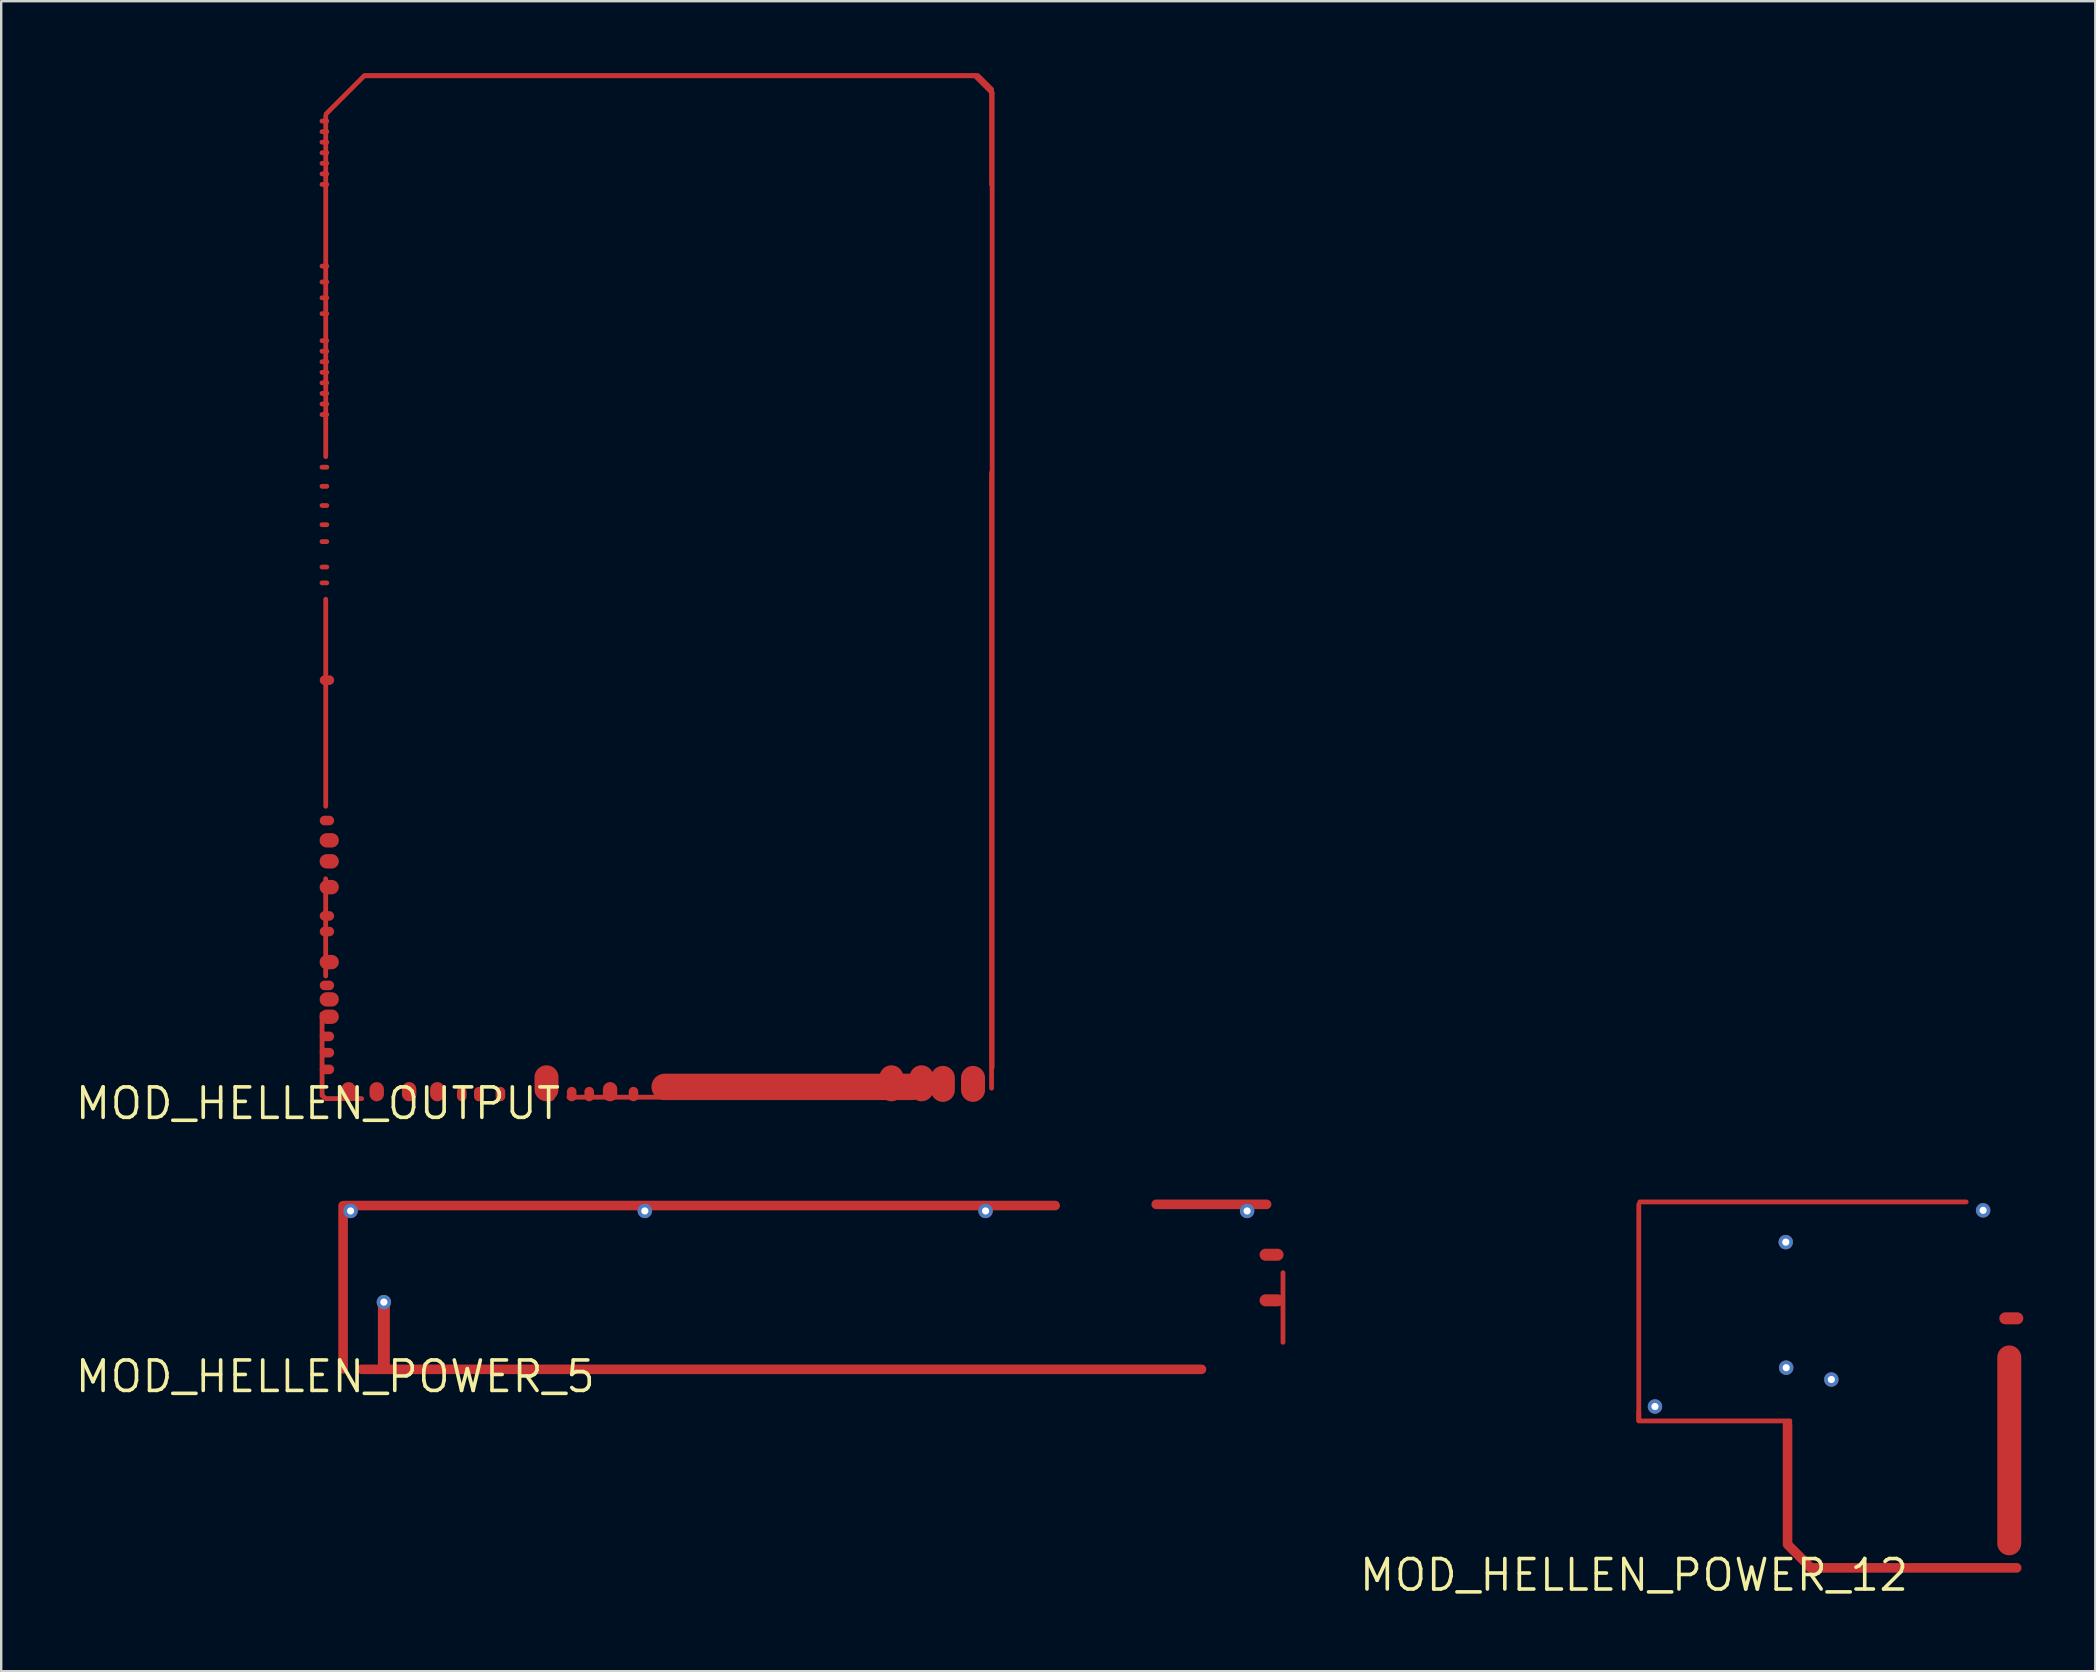
<source format=kicad_pcb>
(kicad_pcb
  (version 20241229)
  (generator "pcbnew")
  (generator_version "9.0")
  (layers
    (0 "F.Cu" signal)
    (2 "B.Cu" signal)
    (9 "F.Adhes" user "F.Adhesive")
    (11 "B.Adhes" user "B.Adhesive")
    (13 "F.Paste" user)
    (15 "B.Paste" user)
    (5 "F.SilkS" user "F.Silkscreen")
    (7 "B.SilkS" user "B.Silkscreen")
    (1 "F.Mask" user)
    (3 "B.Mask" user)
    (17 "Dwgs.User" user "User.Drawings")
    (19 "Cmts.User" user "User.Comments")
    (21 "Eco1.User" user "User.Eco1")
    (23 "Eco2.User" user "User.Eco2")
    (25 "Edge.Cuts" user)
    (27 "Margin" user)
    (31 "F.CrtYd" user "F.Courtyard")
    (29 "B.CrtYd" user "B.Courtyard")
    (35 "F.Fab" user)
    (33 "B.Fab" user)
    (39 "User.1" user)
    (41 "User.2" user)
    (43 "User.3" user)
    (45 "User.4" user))
  (footprint "MOD_HELLEN_POWER_5"
    (layer "F.Cu")
    (at 10.923 54.316)
    (property "Reference" "MOD_HELLEN_POWER_5" (at 0 0 0) (layer "F.SilkS") (effects (font (size 1.27 1.27) (thickness 0.15))))
    (attr through_hole)
    (pad "1" smd oval (at 39.495 -2.875) (size 0.2 3.1) (layers "F.Cu" "F.Mask"))
    (pad "2" smd oval (at 15.2 -7.125 90) (size 0.4 30) (layers "F.Cu" "F.Mask"))
    (pad "3" smd oval (at 39.02 -3.175) (size 1 0.5) (layers "F.Cu" "F.Mask"))
    (pad "4" smd oval (at 0.325 -3.719 180) (size 0.4 7.2) (layers "F.Cu" "F.Mask"))
    (pad "5" smd oval (at 36.513 -7.175 270) (size 0.4 5) (layers "F.Cu" "F.Mask"))
    (pad "6" thru_hole oval (at 0.637 -6.9) (size 0.6 0.6) (drill 0.3) (layers "F.Cu" "F.Mask"))
    (pad "7" thru_hole oval (at 12.9 -6.9) (size 0.6 0.6) (drill 0.3) (layers "F.Cu" "F.Mask"))
    (pad "8" thru_hole oval (at 38 -6.9) (size 0.6 0.6) (drill 0.3) (layers "F.Cu" "F.Mask"))
    (pad "9" thru_hole oval (at 27.1 -6.9) (size 0.6 0.6) (drill 0.3) (layers "F.Cu" "F.Mask"))
    (pad "10" smd oval (at 39.02 -5.075) (size 1 0.5) (layers "F.Cu" "F.Mask"))
    (pad "11" smd oval (at 18.6 -0.3 90) (size 0.4 35.4) (layers "F.Cu" "F.Mask"))
    (pad "12" smd oval (at 2.025 -1.717 180) (size 0.5 3) (layers "F.Cu" "F.Mask"))
    (pad "13" thru_hole oval (at 2.025 -3.1) (size 0.6 0.6) (drill 0.3) (layers "F.Cu" "F.Mask")))
  (footprint "MOD_HELLEN_POWER_12"
    (layer "F.Cu")
    (at 65.046 62.591)
    (property "Reference" "MOD_HELLEN_POWER_12" (at 0 0 0) (layer "F.SilkS") (effects (font (size 1.27 1.27) (thickness 0.15))))
    (attr through_hole)
    (pad "1" smd oval (at 15.725 -10.7) (size 1 0.5) (layers "F.Cu" "F.Mask"))
    (pad "2" smd oval (at 15.64 -5.197 90) (size 8.745 1) (layers "F.Cu" "F.Mask"))
    (pad "3" smd oval (at 6.9 -0.775 45) (size 0.4 1.6) (layers "F.Cu" "F.Mask"))
    (pad "4" smd oval (at 11.65 -0.3) (size 9 0.4) (layers "F.Cu" "F.Mask"))
    (pad "5" smd oval (at 6.4 -3.775 90) (size 5.4 0.4) (layers "F.Cu" "F.Mask"))
    (pad "6" smd oval (at 3.35 -6.425) (size 6.5 0.2) (layers "F.Cu" "F.Mask"))
    (pad "7" smd oval (at 0.2 -6.65) (size 0.2 0.5) (layers "F.Cu" "F.Mask"))
    (pad "8" smd oval (at 0.2 -10.944 270) (size 9.2 0.2) (layers "F.Cu" "F.Mask"))
    (pad "9" smd oval (at 7.044 -15.55) (size 13.8 0.2) (layers "F.Cu" "F.Mask"))
    (pad "10" thru_hole oval (at 14.55 -15.2) (size 0.6 0.6) (drill 0.3) (layers "F.Cu" "F.Mask"))
    (pad "11" thru_hole oval (at 6.325 -13.875) (size 0.6 0.6) (drill 0.3) (layers "F.Cu" "F.Mask"))
    (pad "12" thru_hole oval (at 6.343 -8.643) (size 0.6 0.6) (drill 0.3) (layers "F.Cu" "F.Mask"))
    (pad "13" thru_hole oval (at 8.225 -8.15) (size 0.6 0.6) (drill 0.3) (layers "F.Cu" "F.Mask"))
    (pad "14" thru_hole oval (at 0.875 -7.025) (size 0.6 0.6) (drill 0.3) (layers "F.Cu" "F.Mask")))
  (footprint "MOD_HELLEN_OUTPUT"
    (layer "F.Cu")
    (at 10.198 42.935)
    (property "Reference" "MOD_HELLEN_OUTPUT" (at 0 0 0) (layer "F.SilkS") (effects (font (size 1.27 1.27) (thickness 0.15))))
    (attr through_hole)
    (pad "1" smd oval (at 27.745 -42.47 45) (size 0.2 1.2) (layers "F.Cu" "F.Mask"))
    (pad "2" smd oval (at 28.1 -21.8) (size 0.2 40.8) (layers "F.Cu" "F.Mask"))
    (pad "3" smd oval (at 14.7 -42.825) (size 25.6 0.2) (layers "F.Cu" "F.Mask"))
    (pad "4" smd oval (at 28.077 -40.271 90) (size 4.15 0.2) (layers "F.Cu" "F.Mask"))
    (pad "5" smd oval (at 27.789 -42.551 315) (size 1 0.2) (layers "F.Cu" "F.Mask"))
    (pad "6" smd oval (at 16.025 -0.26) (size 11.325 0.2) (layers "F.Cu" "F.Mask"))
    (pad "7" smd oval (at 28.075 -13.46 90) (size 25.85 0.2) (layers "F.Cu" "F.Mask"))
    (pad "8" smd oval (at 0.325 -7.335 90) (size 4.25 0.2) (layers "F.Cu" "F.Mask"))
    (pad "9" smd oval (at 0.327 -16.697 90) (size 8.825 0.2) (layers "F.Cu" "F.Mask"))
    (pad "10" smd oval (at 0.327 -34.056 90) (size 14.4 0.2) (layers "F.Cu" "F.Mask"))
    (pad "11" smd oval (at 14.7 -42.835 180) (size 25.7 0.2) (layers "F.Cu" "F.Mask"))
    (pad "12" smd oval (at 1.135 -42.031 45) (size 2.43 0.2) (layers "F.Cu" "F.Mask"))
    (pad "13" smd oval (at 1.075 -0.2) (size 1.7 0.2) (layers "F.Cu" "F.Mask"))
    (pad "14" smd oval (at 0.175 -2.025) (size 0.2 3.6) (layers "F.Cu" "F.Mask"))
    (pad "15" smd oval (at 0.245 -0.273 45) (size 0.2 0.3) (layers "F.Cu" "F.Mask"))
    (pad "16" smd oval (at 27.302 -0.814) (size 1 1.5) (layers "F.Cu" "F.Mask"))
    (pad "17" smd oval (at 26.046 -0.814) (size 1 1.5) (layers "F.Cu" "F.Mask"))
    (pad "18" smd oval (at 19.602 -0.689) (size 11.4 1.1) (layers "F.Cu" "F.Mask"))
    (pad "19" smd oval (at 25.157 -0.839) (size 1 1.5) (layers "F.Cu" "F.Mask"))
    (pad "20" smd oval (at 23.902 -0.839) (size 1 1.5) (layers "F.Cu" "F.Mask"))
    (pad "21" smd oval (at 13.152 -0.389) (size 0.4 0.6) (layers "F.Cu" "F.Mask"))
    (pad "22" smd oval (at 12.177 -0.489) (size 0.6 0.8) (layers "F.Cu" "F.Mask"))
    (pad "23" smd oval (at 11.307 -0.389) (size 0.4 0.6) (layers "F.Cu" "F.Mask"))
    (pad "24" smd oval (at 10.577 -0.389) (size 0.4 0.6) (layers "F.Cu" "F.Mask"))
    (pad "25" smd oval (at 9.682 -0.389) (size 0.4 0.6) (layers "F.Cu" "F.Mask"))
    (pad "26" smd oval (at 9.527 -0.839) (size 1 1.5) (layers "F.Cu" "F.Mask"))
    (pad "27" smd oval (at 7.607 -0.389) (size 0.4 0.6) (layers "F.Cu" "F.Mask"))
    (pad "28" smd oval (at 6.707 -0.389) (size 0.4 0.6) (layers "F.Cu" "F.Mask"))
    (pad "29" smd oval (at 5.997 -0.389) (size 0.4 0.6) (layers "F.Cu" "F.Mask"))
    (pad "30" smd oval (at 4.977 -0.489) (size 0.6 0.8) (layers "F.Cu" "F.Mask"))
    (pad "31" smd oval (at 3.802 -0.489) (size 0.6 0.8) (layers "F.Cu" "F.Mask"))
    (pad "32" smd oval (at 2.452 -0.489) (size 0.6 0.8) (layers "F.Cu" "F.Mask"))
    (pad "33" smd oval (at 1.277 -0.489) (size 0.6 0.8) (layers "F.Cu" "F.Mask"))
    (pad "34" smd oval (at 0.377 -1.419 90) (size 0.4 0.6) (layers "F.Cu" "F.Mask"))
    (pad "35" smd oval (at 0.377 -2.114 90) (size 0.4 0.6) (layers "F.Cu" "F.Mask"))
    (pad "36" smd oval (at 0.377 -2.794 90) (size 0.4 0.6) (layers "F.Cu" "F.Mask"))
    (pad "37" smd oval (at 0.472 -3.614 90) (size 0.6 0.8) (layers "F.Cu" "F.Mask"))
    (pad "38" smd oval (at 0.472 -4.335 90) (size 0.6 0.8) (layers "F.Cu" "F.Mask"))
    (pad "39" smd oval (at 0.377 -4.919 90) (size 0.4 0.6) (layers "F.Cu" "F.Mask"))
    (pad "40" smd oval (at 0.472 -5.889 90) (size 0.6 0.8) (layers "F.Cu" "F.Mask"))
    (pad "41" smd oval (at 0.377 -7.164 90) (size 0.4 0.6) (layers "F.Cu" "F.Mask"))
    (pad "42" smd oval (at 0.377 -7.814 90) (size 0.4 0.6) (layers "F.Cu" "F.Mask"))
    (pad "43" smd oval (at 0.472 -9.014 90) (size 0.6 0.8) (layers "F.Cu" "F.Mask"))
    (pad "44" smd oval (at 0.472 -10.089 90) (size 0.6 0.8) (layers "F.Cu" "F.Mask"))
    (pad "45" smd oval (at 0.472 -10.964 90) (size 0.6 0.8) (layers "F.Cu" "F.Mask"))
    (pad "46" smd oval (at 0.377 -11.789 90) (size 0.4 0.6) (layers "F.Cu" "F.Mask"))
    (pad "47" smd oval (at 0.377 -17.639 90) (size 0.4 0.6) (layers "F.Cu" "F.Mask"))
    (pad "48" smd oval (at 0.272 -21.694 90) (size 0.2 0.4) (layers "F.Cu" "F.Mask"))
    (pad "49" smd oval (at 0.272 -22.354 90) (size 0.2 0.4) (layers "F.Cu" "F.Mask"))
    (pad "50" smd oval (at 0.272 -23.414 90) (size 0.2 0.4) (layers "F.Cu" "F.Mask"))
    (pad "51" smd oval (at 0.272 -24.118 90) (size 0.2 0.4) (layers "F.Cu" "F.Mask"))
    (pad "52" smd oval (at 0.272 -24.918 90) (size 0.2 0.4) (layers "F.Cu" "F.Mask"))
    (pad "53" smd oval (at 0.272 -25.718 90) (size 0.2 0.4) (layers "F.Cu" "F.Mask"))
    (pad "54" smd oval (at 0.272 -26.514 90) (size 0.2 0.4) (layers "F.Cu" "F.Mask"))
    (pad "55" smd oval (at 0.272 -28.709 90) (size 0.2 0.4) (layers "F.Cu" "F.Mask"))
    (pad "56" smd oval (at 0.272 -29.149 90) (size 0.2 0.4) (layers "F.Cu" "F.Mask"))
    (pad "57" smd oval (at 0.272 -29.589 90) (size 0.2 0.4) (layers "F.Cu" "F.Mask"))
    (pad "58" smd oval (at 0.272 -30.029 90) (size 0.2 0.4) (layers "F.Cu" "F.Mask"))
    (pad "59" smd oval (at 0.272 -30.469 90) (size 0.2 0.4) (layers "F.Cu" "F.Mask"))
    (pad "60" smd oval (at 0.272 -30.909 90) (size 0.2 0.4) (layers "F.Cu" "F.Mask"))
    (pad "61" smd oval (at 0.272 -31.349 90) (size 0.2 0.4) (layers "F.Cu" "F.Mask"))
    (pad "62" smd oval (at 0.272 -31.789 90) (size 0.2 0.4) (layers "F.Cu" "F.Mask"))
    (pad "63" smd oval (at 0.272 -32.914 90) (size 0.2 0.4) (layers "F.Cu" "F.Mask"))
    (pad "64" smd oval (at 0.272 -33.574 90) (size 0.2 0.4) (layers "F.Cu" "F.Mask"))
    (pad "65" smd oval (at 0.272 -34.234 90) (size 0.2 0.4) (layers "F.Cu" "F.Mask"))
    (pad "66" smd oval (at 0.272 -34.894 90) (size 0.2 0.4) (layers "F.Cu" "F.Mask"))
    (pad "67" smd oval (at 0.272 -38.299 90) (size 0.2 0.4) (layers "F.Cu" "F.Mask"))
    (pad "68" smd oval (at 0.272 -38.739 90) (size 0.2 0.4) (layers "F.Cu" "F.Mask"))
    (pad "69" smd oval (at 0.272 -39.179 90) (size 0.2 0.4) (layers "F.Cu" "F.Mask"))
    (pad "70" smd oval (at 0.272 -39.619 90) (size 0.2 0.4) (layers "F.Cu" "F.Mask"))
    (pad "71" smd oval (at 0.272 -40.059 90) (size 0.2 0.4) (layers "F.Cu" "F.Mask"))
    (pad "72" smd oval (at 0.272 -40.499 90) (size 0.2 0.4) (layers "F.Cu" "F.Mask"))
    (pad "73" smd oval (at 0.272 -40.939 90) (size 0.2 0.4) (layers "F.Cu" "F.Mask")))
  (gr_rect
    (start -3 -3)
    (end 84.271 66.597)
    (stroke (width 0.1) (type default))
    (fill no)
    (layer "Edge.Cuts")))
</source>
